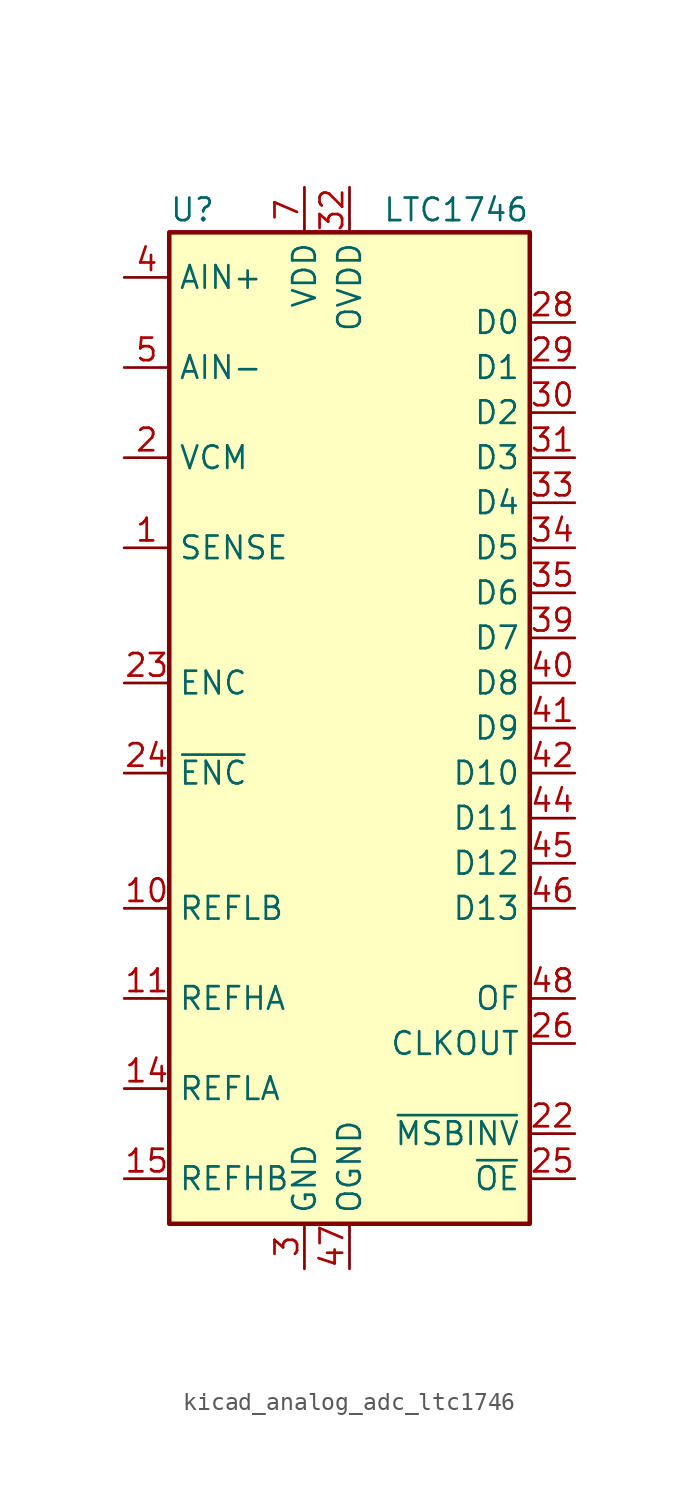
<source format=kicad_sym>
(kicad_symbol_lib
  (version 20220914)
  (generator kicad_symbol_editor)
  (symbol "kicad_analog_adc_ltc1746"
    (property "Reference" "U"
      (at -10.16 29.21 0)
      (effects (font (size 1.27 1.27)) (justify left)))
    (property "Value" "LTC1746"
      (at 10.16 29.21 0)
      (effects (font (size 1.27 1.27)) (justify right)))
    (symbol "kicad_analog_adc_ltc1746_0_1"
      (rectangle (start -10.16 27.94) (end 10.16 -27.94) (stroke (width 0.254) (type default)) (fill (type background))))
    (symbol "kicad_analog_adc_ltc1746_1_1"
      (pin input line (at -12.7 10.16 0) (length 2.54) (name "SENSE" (effects (font (size 1.27 1.27)))) (number "1" (effects (font (size 1.27 1.27)))))
      (pin passive line (at -12.7 -10.16 0) (length 2.54) (name "REFLB" (effects (font (size 1.27 1.27)))) (number "10" (effects (font (size 1.27 1.27)))))
      (pin passive line (at -12.7 -15.24 0) (length 2.54) (name "REFHA" (effects (font (size 1.27 1.27)))) (number "11" (effects (font (size 1.27 1.27)))))
      (pin passive line (at -2.54 -30.48 90) (length 2.54) hide (name "GND" (effects (font (size 1.27 1.27)))) (number "12" (effects (font (size 1.27 1.27)))))
      (pin passive line (at -2.54 -30.48 90) (length 2.54) hide (name "GND" (effects (font (size 1.27 1.27)))) (number "13" (effects (font (size 1.27 1.27)))))
      (pin passive line (at -12.7 -20.32 0) (length 2.54) (name "REFLA" (effects (font (size 1.27 1.27)))) (number "14" (effects (font (size 1.27 1.27)))))
      (pin passive line (at -12.7 -25.4 0) (length 2.54) (name "REFHB" (effects (font (size 1.27 1.27)))) (number "15" (effects (font (size 1.27 1.27)))))
      (pin passive line (at -2.54 -30.48 90) (length 2.54) hide (name "GND" (effects (font (size 1.27 1.27)))) (number "16" (effects (font (size 1.27 1.27)))))
      (pin passive line (at -2.54 30.48 270) (length 2.54) hide (name "VDD" (effects (font (size 1.27 1.27)))) (number "17" (effects (font (size 1.27 1.27)))))
      (pin passive line (at -2.54 30.48 270) (length 2.54) hide (name "VDD" (effects (font (size 1.27 1.27)))) (number "18" (effects (font (size 1.27 1.27)))))
      (pin passive line (at -2.54 -30.48 90) (length 2.54) hide (name "GND" (effects (font (size 1.27 1.27)))) (number "19" (effects (font (size 1.27 1.27)))))
      (pin output line (at -12.7 15.24 0) (length 2.54) (name "VCM" (effects (font (size 1.27 1.27)))) (number "2" (effects (font (size 1.27 1.27)))))
      (pin passive line (at -2.54 30.48 270) (length 2.54) hide (name "VDD" (effects (font (size 1.27 1.27)))) (number "20" (effects (font (size 1.27 1.27)))))
      (pin passive line (at -2.54 -30.48 90) (length 2.54) hide (name "GND" (effects (font (size 1.27 1.27)))) (number "21" (effects (font (size 1.27 1.27)))))
      (pin input line (at 12.7 -22.86 180) (length 2.54) (name "~{MSBINV}" (effects (font (size 1.27 1.27)))) (number "22" (effects (font (size 1.27 1.27)))))
      (pin input line (at -12.7 2.54 0) (length 2.54) (name "ENC" (effects (font (size 1.27 1.27)))) (number "23" (effects (font (size 1.27 1.27)))))
      (pin input line (at -12.7 -2.54 0) (length 2.54) (name "~{ENC}" (effects (font (size 1.27 1.27)))) (number "24" (effects (font (size 1.27 1.27)))))
      (pin input line (at 12.7 -25.4 180) (length 2.54) (name "~{OE}" (effects (font (size 1.27 1.27)))) (number "25" (effects (font (size 1.27 1.27)))))
      (pin output line (at 12.7 -17.78 180) (length 2.54) (name "CLKOUT" (effects (font (size 1.27 1.27)))) (number "26" (effects (font (size 1.27 1.27)))))
      (pin passive line (at 0 -30.48 90) (length 2.54) hide (name "OGND" (effects (font (size 1.27 1.27)))) (number "27" (effects (font (size 1.27 1.27)))))
      (pin output line (at 12.7 22.86 180) (length 2.54) (name "D0" (effects (font (size 1.27 1.27)))) (number "28" (effects (font (size 1.27 1.27)))))
      (pin output line (at 12.7 20.32 180) (length 2.54) (name "D1" (effects (font (size 1.27 1.27)))) (number "29" (effects (font (size 1.27 1.27)))))
      (pin power_in line (at -2.54 -30.48 90) (length 2.54) (name "GND" (effects (font (size 1.27 1.27)))) (number "3" (effects (font (size 1.27 1.27)))))
      (pin output line (at 12.7 17.78 180) (length 2.54) (name "D2" (effects (font (size 1.27 1.27)))) (number "30" (effects (font (size 1.27 1.27)))))
      (pin output line (at 12.7 15.24 180) (length 2.54) (name "D3" (effects (font (size 1.27 1.27)))) (number "31" (effects (font (size 1.27 1.27)))))
      (pin power_in line (at 0 30.48 270) (length 2.54) (name "OVDD" (effects (font (size 1.27 1.27)))) (number "32" (effects (font (size 1.27 1.27)))))
      (pin output line (at 12.7 12.7 180) (length 2.54) (name "D4" (effects (font (size 1.27 1.27)))) (number "33" (effects (font (size 1.27 1.27)))))
      (pin output line (at 12.7 10.16 180) (length 2.54) (name "D5" (effects (font (size 1.27 1.27)))) (number "34" (effects (font (size 1.27 1.27)))))
      (pin output line (at 12.7 7.62 180) (length 2.54) (name "D6" (effects (font (size 1.27 1.27)))) (number "35" (effects (font (size 1.27 1.27)))))
      (pin passive line (at -2.54 -30.48 90) (length 2.54) hide (name "GND" (effects (font (size 1.27 1.27)))) (number "36" (effects (font (size 1.27 1.27)))))
      (pin passive line (at -2.54 -30.48 90) (length 2.54) hide (name "GND" (effects (font (size 1.27 1.27)))) (number "37" (effects (font (size 1.27 1.27)))))
      (pin passive line (at 0 -30.48 90) (length 2.54) hide (name "OGND" (effects (font (size 1.27 1.27)))) (number "38" (effects (font (size 1.27 1.27)))))
      (pin output line (at 12.7 5.08 180) (length 2.54) (name "D7" (effects (font (size 1.27 1.27)))) (number "39" (effects (font (size 1.27 1.27)))))
      (pin input line (at -12.7 25.4 0) (length 2.54) (name "AIN+" (effects (font (size 1.27 1.27)))) (number "4" (effects (font (size 1.27 1.27)))))
      (pin output line (at 12.7 2.54 180) (length 2.54) (name "D8" (effects (font (size 1.27 1.27)))) (number "40" (effects (font (size 1.27 1.27)))))
      (pin output line (at 12.7 0 180) (length 2.54) (name "D9" (effects (font (size 1.27 1.27)))) (number "41" (effects (font (size 1.27 1.27)))))
      (pin output line (at 12.7 -2.54 180) (length 2.54) (name "D10" (effects (font (size 1.27 1.27)))) (number "42" (effects (font (size 1.27 1.27)))))
      (pin passive line (at 0 30.48 270) (length 2.54) hide (name "OVDD" (effects (font (size 1.27 1.27)))) (number "43" (effects (font (size 1.27 1.27)))))
      (pin output line (at 12.7 -5.08 180) (length 2.54) (name "D11" (effects (font (size 1.27 1.27)))) (number "44" (effects (font (size 1.27 1.27)))))
      (pin output line (at 12.7 -7.62 180) (length 2.54) (name "D12" (effects (font (size 1.27 1.27)))) (number "45" (effects (font (size 1.27 1.27)))))
      (pin output line (at 12.7 -10.16 180) (length 2.54) (name "D13" (effects (font (size 1.27 1.27)))) (number "46" (effects (font (size 1.27 1.27)))))
      (pin power_in line (at 0 -30.48 90) (length 2.54) (name "OGND" (effects (font (size 1.27 1.27)))) (number "47" (effects (font (size 1.27 1.27)))))
      (pin output line (at 12.7 -15.24 180) (length 2.54) (name "OF" (effects (font (size 1.27 1.27)))) (number "48" (effects (font (size 1.27 1.27)))))
      (pin input line (at -12.7 20.32 0) (length 2.54) (name "AIN-" (effects (font (size 1.27 1.27)))) (number "5" (effects (font (size 1.27 1.27)))))
      (pin passive line (at -2.54 -30.48 90) (length 2.54) hide (name "GND" (effects (font (size 1.27 1.27)))) (number "6" (effects (font (size 1.27 1.27)))))
      (pin power_in line (at -2.54 30.48 270) (length 2.54) (name "VDD" (effects (font (size 1.27 1.27)))) (number "7" (effects (font (size 1.27 1.27)))))
      (pin passive line (at -2.54 30.48 270) (length 2.54) hide (name "VDD" (effects (font (size 1.27 1.27)))) (number "8" (effects (font (size 1.27 1.27)))))
      (pin passive line (at -2.54 -30.48 90) (length 2.54) hide (name "GND" (effects (font (size 1.27 1.27)))) (number "9" (effects (font (size 1.27 1.27))))))))
</source>
